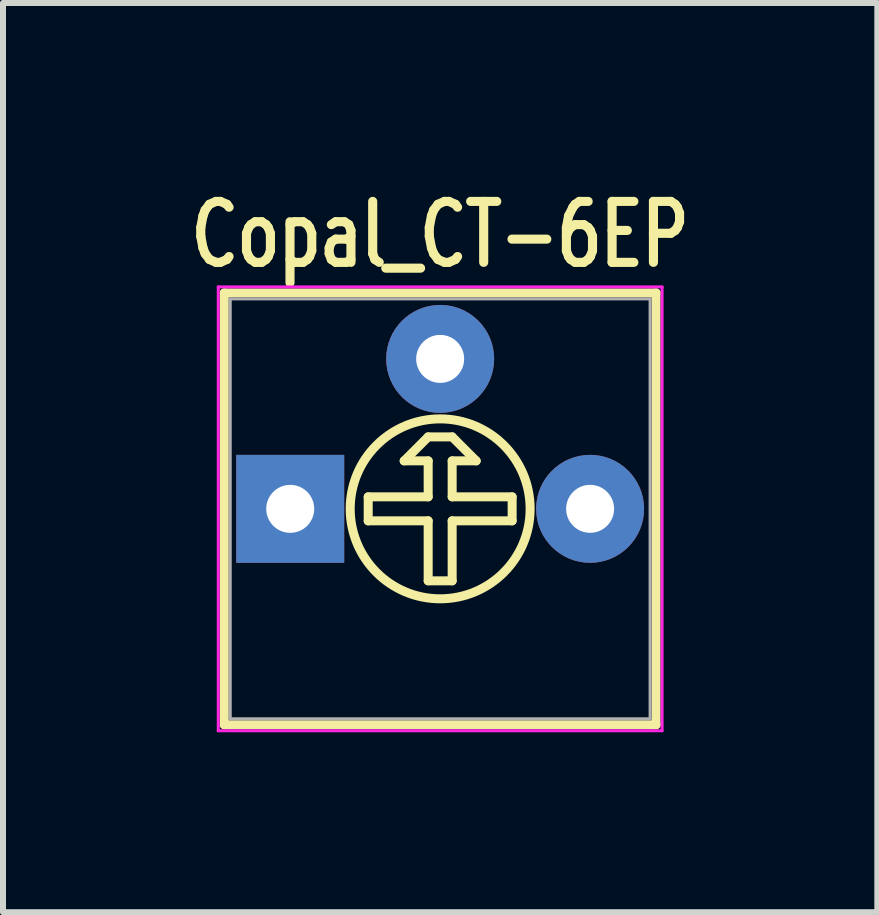
<source format=kicad_pcb>
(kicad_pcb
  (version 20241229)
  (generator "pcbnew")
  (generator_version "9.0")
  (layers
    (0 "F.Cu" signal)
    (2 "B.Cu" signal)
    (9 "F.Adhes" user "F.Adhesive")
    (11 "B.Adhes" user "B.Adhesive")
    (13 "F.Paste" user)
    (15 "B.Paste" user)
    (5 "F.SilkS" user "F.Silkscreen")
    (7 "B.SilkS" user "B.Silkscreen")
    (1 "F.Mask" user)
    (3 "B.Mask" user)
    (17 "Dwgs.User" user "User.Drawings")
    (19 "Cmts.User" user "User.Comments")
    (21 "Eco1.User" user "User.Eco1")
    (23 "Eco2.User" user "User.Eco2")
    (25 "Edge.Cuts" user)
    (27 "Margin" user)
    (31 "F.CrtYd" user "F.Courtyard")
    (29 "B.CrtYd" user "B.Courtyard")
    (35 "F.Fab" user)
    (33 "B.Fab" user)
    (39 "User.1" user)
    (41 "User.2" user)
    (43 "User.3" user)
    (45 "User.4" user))
  (footprint "Copal_CT-6EP"
    (layer "F.Cu")
    (at 4.289 5.434)
    (property "Reference" "Copal_CT-6EP" (at 0 -4.572 180) (layer "F.SilkS") (effects (font (size 1.016 0.762) (thickness 0.152))))
    (attr through_hole)
    (fp_line (start -3.6 -3.6) (end 3.6 -3.6) (stroke (width 0.15) (type solid)) (layer "F.SilkS"))
    (fp_line (start -3.6 3.6) (end -3.6 -3.6) (stroke (width 0.15) (type solid)) (layer "F.SilkS"))
    (fp_line (start -1.2 -0.2) (end -0.2 -0.2) (stroke (width 0.15) (type solid)) (layer "F.SilkS"))
    (fp_line (start -1.2 0.2) (end -1.2 -0.2) (stroke (width 0.15) (type solid)) (layer "F.SilkS"))
    (fp_line (start -0.6 -0.8) (end -0.2 -1.2) (stroke (width 0.15) (type solid)) (layer "F.SilkS"))
    (fp_line (start -0.2 -1.2) (end 0.2 -1.2) (stroke (width 0.15) (type solid)) (layer "F.SilkS"))
    (fp_line (start -0.2 -0.8) (end -0.6 -0.8) (stroke (width 0.15) (type solid)) (layer "F.SilkS"))
    (fp_line (start -0.2 -0.2) (end -0.2 -0.8) (stroke (width 0.15) (type solid)) (layer "F.SilkS"))
    (fp_line (start -0.2 0.2) (end -1.2 0.2) (stroke (width 0.15) (type solid)) (layer "F.SilkS"))
    (fp_line (start -0.2 1.2) (end -0.2 0.2) (stroke (width 0.15) (type solid)) (layer "F.SilkS"))
    (fp_line (start 0.2 -1.2) (end 0.6 -0.8) (stroke (width 0.15) (type solid)) (layer "F.SilkS"))
    (fp_line (start 0.2 -0.8) (end 0.2 -0.2) (stroke (width 0.15) (type solid)) (layer "F.SilkS"))
    (fp_line (start 0.2 -0.2) (end 1.2 -0.2) (stroke (width 0.15) (type solid)) (layer "F.SilkS"))
    (fp_line (start 0.2 0.2) (end 0.2 1.2) (stroke (width 0.15) (type solid)) (layer "F.SilkS"))
    (fp_line (start 0.2 1.2) (end -0.2 1.2) (stroke (width 0.15) (type solid)) (layer "F.SilkS"))
    (fp_line (start 0.6 -0.8) (end 0.2 -0.8) (stroke (width 0.15) (type solid)) (layer "F.SilkS"))
    (fp_line (start 1.2 -0.2) (end 1.2 0.2) (stroke (width 0.15) (type solid)) (layer "F.SilkS"))
    (fp_line (start 1.2 0.2) (end 0.2 0.2) (stroke (width 0.15) (type solid)) (layer "F.SilkS"))
    (fp_line (start 3.6 -3.6) (end 3.6 3.6) (stroke (width 0.15) (type solid)) (layer "F.SilkS"))
    (fp_line (start 3.6 3.6) (end -3.6 3.6) (stroke (width 0.15) (type solid)) (layer "F.SilkS"))
    (fp_circle (center 0 0) (end 1.5 0) (stroke (width 0.15) (type solid)) (fill no) (layer "F.SilkS"))
    (fp_line (start -3.7 -3.7) (end 3.7 -3.7) (stroke (width 0.05) (type solid)) (layer "F.CrtYd"))
    (fp_line (start -3.7 3.7) (end -3.7 -3.7) (stroke (width 0.05) (type solid)) (layer "F.CrtYd"))
    (fp_line (start 3.7 -3.7) (end 3.7 3.7) (stroke (width 0.05) (type solid)) (layer "F.CrtYd"))
    (fp_line (start 3.7 3.7) (end -3.7 3.7) (stroke (width 0.05) (type solid)) (layer "F.CrtYd"))
    (fp_line (start -3.5 -3.5) (end 3.5 -3.5) (stroke (width 0.05) (type solid)) (layer "F.Fab"))
    (fp_line (start -3.5 3.5) (end -3.5 -3.5) (stroke (width 0.05) (type solid)) (layer "F.Fab"))
    (fp_line (start 3.5 -3.5) (end 3.5 3.5) (stroke (width 0.05) (type solid)) (layer "F.Fab"))
    (fp_line (start 3.5 3.5) (end -3.5 3.5) (stroke (width 0.05) (type solid)) (layer "F.Fab"))
    (pad "1" thru_hole rect (at -2.5 0 90) (size 1.8 1.8) (drill 0.8) (layers "*.Cu" "*.Mask"))
    (pad "2" thru_hole circle (at 0 -2.5 90) (size 1.8 1.8) (drill 0.8) (layers "*.Cu" "*.Mask"))
    (pad "3" thru_hole circle (at 2.5 0 90) (size 1.8 1.8) (drill 0.8) (layers "*.Cu" "*.Mask")))
  (gr_rect
    (start -3 -3)
    (end 11.578 12.159)
    (stroke (width 0.1) (type default))
    (fill no)
    (layer "Edge.Cuts")))
</source>
